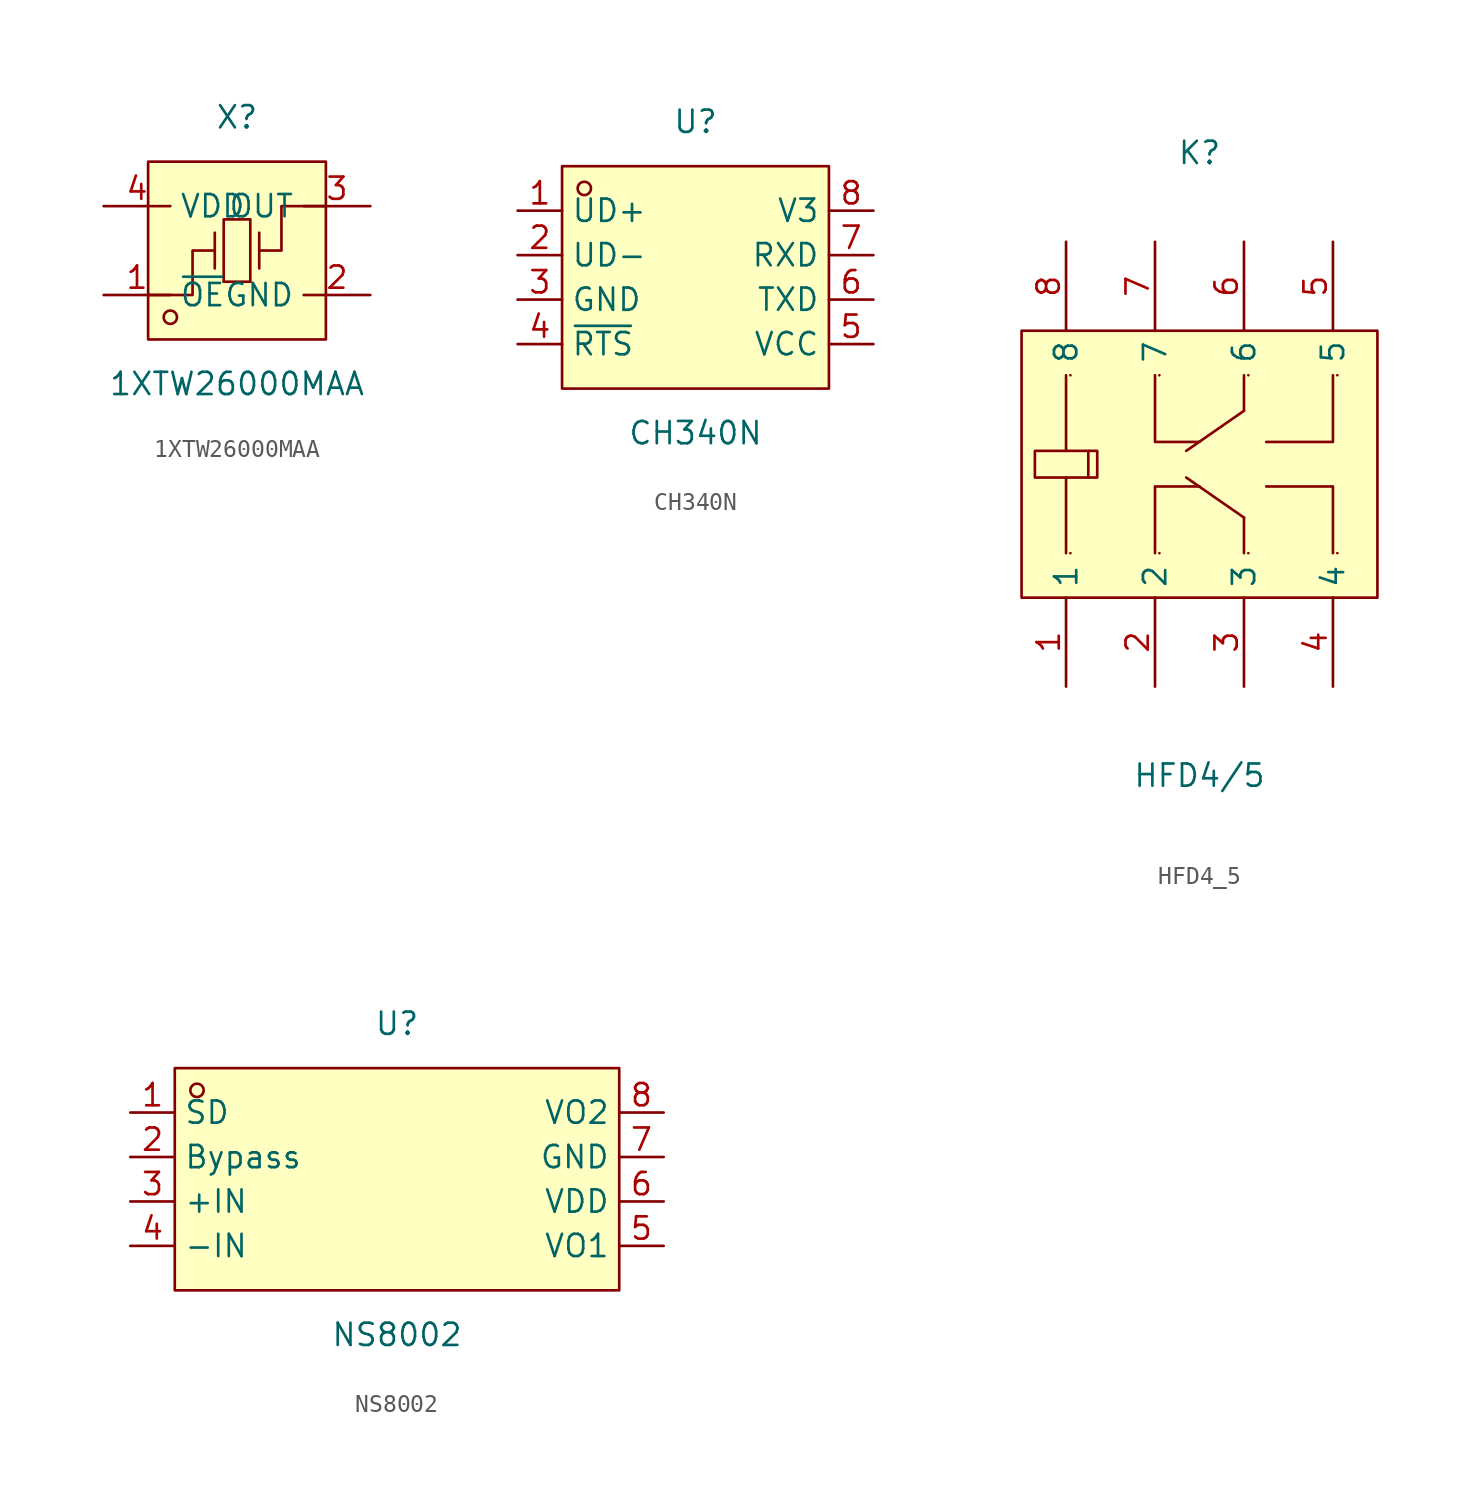
<source format=kicad_sym>
(kicad_symbol_lib
  (version 20211014)
  (generator https://github.com/uPesy/easyeda2kicad.py)
  (symbol "1XTW26000MAA"
    (property "Reference" "X"
      (at 0 7.62 0)
      (effects (font (size 1.27 1.27))))
    (property "Value" "1XTW26000MAA"
      (at 0 -7.62 0)
      (effects (font (size 1.27 1.27))))
    (symbol "1XTW26000MAA_0_1"
      (rectangle (start -5.08 5.08) (end 5.08 -5.08) (stroke (width 0) (type default) (color 0 0 0 0)) (fill (type background)))
      (circle (center -3.81 -3.81) (radius 0.38) (stroke (width 0) (type default) (color 0 0 0 0)) (fill (type none)))
      (polyline (pts (xy -1.27 -1.02) (xy -1.27 1.02)) (stroke (width 0) (type default) (color 0 0 0 0)) (fill (type none)))
      (polyline (pts (xy 0.76 -1.78) (xy -0.76 -1.78)) (stroke (width 0) (type default) (color 0 0 0 0)) (fill (type none)))
      (polyline (pts (xy 1.27 -1.02) (xy 1.27 1.02)) (stroke (width 0) (type default) (color 0 0 0 0)) (fill (type none)))
      (polyline (pts (xy -0.76 -1.78) (xy -0.76 1.78) (xy 0.76 1.78) (xy 0.76 -1.78)) (stroke (width 0) (type default) (color 0 0 0 0)) (fill (type none)))
      (polyline (pts (xy -5.08 -2.54) (xy -2.54 -2.54) (xy -2.54 -0.00) (xy -1.27 -0.00)) (stroke (width 0) (type default) (color 0 0 0 0)) (fill (type none)))
      (polyline (pts (xy 5.08 2.54) (xy 2.54 2.54) (xy 2.54 -0.00) (xy 1.27 -0.00)) (stroke (width 0) (type default) (color 0 0 0 0)) (fill (type none)))
      (pin input line (at -7.62 -2.54 0) (length 3.81) (name "~{OE}" (effects (font (size 1.27 1.27)))) (number "1" (effects (font (size 1.27 1.27)))))
      (pin input line (at 7.62 2.54 180) (length 3.81) (name "OUT" (effects (font (size 1.27 1.27)))) (number "3" (effects (font (size 1.27 1.27)))))
      (pin input line (at -7.62 2.54 0) (length 3.81) (name "VDD" (effects (font (size 1.27 1.27)))) (number "4" (effects (font (size 1.27 1.27)))))
      (pin input line (at 7.62 -2.54 180) (length 3.81) (name "GND" (effects (font (size 1.27 1.27)))) (number "2" (effects (font (size 1.27 1.27)))))))
  (symbol "CH340N"
    (property "Reference" "U"
      (at 0 8.89 0)
      (effects (font (size 1.27 1.27))))
    (property "Value" "CH340N"
      (at 0 -8.89 0)
      (effects (font (size 1.27 1.27))))
    (symbol "CH340N_0_1"
      (rectangle (start -7.62 6.35) (end 7.62 -6.35) (stroke (width 0) (type default) (color 0 0 0 0)) (fill (type background)))
      (circle (center -6.35 5.08) (radius 0.38) (stroke (width 0) (type default) (color 0 0 0 0)) (fill (type none)))
      (pin unspecified line (at -10.16 3.81 0) (length 2.54) (name "UD+" (effects (font (size 1.27 1.27)))) (number "1" (effects (font (size 1.27 1.27)))))
      (pin unspecified line (at -10.16 1.27 0) (length 2.54) (name "UD-" (effects (font (size 1.27 1.27)))) (number "2" (effects (font (size 1.27 1.27)))))
      (pin unspecified line (at -10.16 -1.27 0) (length 2.54) (name "GND" (effects (font (size 1.27 1.27)))) (number "3" (effects (font (size 1.27 1.27)))))
      (pin unspecified line (at -10.16 -3.81 0) (length 2.54) (name "~{RTS}" (effects (font (size 1.27 1.27)))) (number "4" (effects (font (size 1.27 1.27)))))
      (pin unspecified line (at 10.16 -3.81 180) (length 2.54) (name "VCC" (effects (font (size 1.27 1.27)))) (number "5" (effects (font (size 1.27 1.27)))))
      (pin unspecified line (at 10.16 -1.27 180) (length 2.54) (name "TXD" (effects (font (size 1.27 1.27)))) (number "6" (effects (font (size 1.27 1.27)))))
      (pin unspecified line (at 10.16 1.27 180) (length 2.54) (name "RXD" (effects (font (size 1.27 1.27)))) (number "7" (effects (font (size 1.27 1.27)))))
      (pin unspecified line (at 10.16 3.81 180) (length 2.54) (name "V3" (effects (font (size 1.27 1.27)))) (number "8" (effects (font (size 1.27 1.27)))))))
  (symbol "HFD4_5"
    (property "Reference" "K"
      (at 0 17.78 0)
      (effects (font (size 1.27 1.27))))
    (property "Value" "HFD4/5"
      (at 0 -17.78 0)
      (effects (font (size 1.27 1.27))))
    (symbol "HFD4_5_0_1"
      (rectangle (start -10.16 7.62) (end 10.16 -7.62) (stroke (width 0) (type default) (color 0 0 0 0)) (fill (type background)))
      (arc (start -7.37 5.08) (mid -7.37 5.09) (end -7.37 5.08) (stroke (width 0) (type default) (color 0 0 0 0)) (fill (type none)))
      (arc (start -7.37 -5.08) (mid -7.37 -5.07) (end -7.37 -5.08) (stroke (width 0) (type default) (color 0 0 0 0)) (fill (type none)))
      (arc (start -2.29 -5.08) (mid -2.29 -5.07) (end -2.29 -5.08) (stroke (width 0) (type default) (color 0 0 0 0)) (fill (type none)))
      (arc (start 2.79 -5.08) (mid 2.79 -5.07) (end 2.79 -5.08) (stroke (width 0) (type default) (color 0 0 0 0)) (fill (type none)))
      (arc (start 7.87 -5.08) (mid 7.87 -5.07) (end 7.87 -5.08) (stroke (width 0) (type default) (color 0 0 0 0)) (fill (type none)))
      (arc (start -2.29 5.08) (mid -2.29 5.09) (end -2.29 5.08) (stroke (width 0) (type default) (color 0 0 0 0)) (fill (type none)))
      (arc (start 2.79 5.08) (mid 2.79 5.09) (end 2.79 5.08) (stroke (width 0) (type default) (color 0 0 0 0)) (fill (type none)))
      (arc (start 7.87 5.08) (mid 7.87 5.09) (end 7.87 5.08) (stroke (width 0) (type default) (color 0 0 0 0)) (fill (type none)))
      (polyline (pts (xy -7.62 5.08) (xy -7.62 0.76)) (stroke (width 0) (type default) (color 0 0 0 0)) (fill (type none)))
      (polyline (pts (xy -7.62 -0.76) (xy -7.62 -5.08)) (stroke (width 0) (type default) (color 0 0 0 0)) (fill (type none)))
      (polyline (pts (xy -9.40 -0.76) (xy -9.40 0.76) (xy -6.35 0.76) (xy -6.35 -0.76) (xy -9.40 -0.76)) (stroke (width 0) (type default) (color 0 0 0 0)) (fill (type background)))
      (polyline (pts (xy -6.35 0.76) (xy -5.84 0.76) (xy -5.84 -0.76) (xy -6.35 -0.76)) (stroke (width 0) (type default) (color 0 0 0 0)) (fill (type none)))
      (polyline (pts (xy -2.54 5.08) (xy -2.54 1.27) (xy 0.00 1.27)) (stroke (width 0) (type default) (color 0 0 0 0)) (fill (type none)))
      (polyline (pts (xy 2.54 5.08) (xy 2.54 3.05)) (stroke (width 0) (type default) (color 0 0 0 0)) (fill (type none)))
      (polyline (pts (xy 3.81 1.27) (xy 7.62 1.27) (xy 7.62 5.08)) (stroke (width 0) (type default) (color 0 0 0 0)) (fill (type none)))
      (polyline (pts (xy 2.54 3.05) (xy -0.76 0.76)) (stroke (width 0) (type default) (color 0 0 0 0)) (fill (type none)))
      (polyline (pts (xy -2.54 -5.08) (xy -2.54 -1.27) (xy 0.00 -1.27)) (stroke (width 0) (type default) (color 0 0 0 0)) (fill (type none)))
      (polyline (pts (xy 2.54 -5.08) (xy 2.54 -3.05)) (stroke (width 0) (type default) (color 0 0 0 0)) (fill (type none)))
      (polyline (pts (xy 3.81 -1.27) (xy 7.62 -1.27) (xy 7.62 -5.08)) (stroke (width 0) (type default) (color 0 0 0 0)) (fill (type none)))
      (polyline (pts (xy 2.54 -3.05) (xy -0.76 -0.76)) (stroke (width 0) (type default) (color 0 0 0 0)) (fill (type none)))
      (pin input line (at -7.62 -12.70 90) (length 5.08) (name "1" (effects (font (size 1.27 1.27)))) (number "1" (effects (font (size 1.27 1.27)))))
      (pin input line (at 7.62 -12.70 90) (length 5.08) (name "4" (effects (font (size 1.27 1.27)))) (number "4" (effects (font (size 1.27 1.27)))))
      (pin input line (at -2.54 -12.70 90) (length 5.08) (name "2" (effects (font (size 1.27 1.27)))) (number "2" (effects (font (size 1.27 1.27)))))
      (pin input line (at 2.54 -12.70 90) (length 5.08) (name "3" (effects (font (size 1.27 1.27)))) (number "3" (effects (font (size 1.27 1.27)))))
      (pin input line (at 2.54 12.70 270) (length 5.08) (name "6" (effects (font (size 1.27 1.27)))) (number "6" (effects (font (size 1.27 1.27)))))
      (pin input line (at -2.54 12.70 270) (length 5.08) (name "7" (effects (font (size 1.27 1.27)))) (number "7" (effects (font (size 1.27 1.27)))))
      (pin input line (at -7.62 12.70 270) (length 5.08) (name "8" (effects (font (size 1.27 1.27)))) (number "8" (effects (font (size 1.27 1.27)))))
      (pin input line (at 7.62 12.70 270) (length 5.08) (name "5" (effects (font (size 1.27 1.27)))) (number "5" (effects (font (size 1.27 1.27)))))))
  (symbol "NS8002"
    (property "Reference" "U"
      (at 0 8.89 0)
      (effects (font (size 1.27 1.27))))
    (property "Value" "NS8002"
      (at 0 -8.89 0)
      (effects (font (size 1.27 1.27))))
    (symbol "NS8002_0_1"
      (rectangle (start -12.70 6.35) (end 12.70 -6.35) (stroke (width 0) (type default) (color 0 0 0 0)) (fill (type background)))
      (circle (center -11.43 5.08) (radius 0.38) (stroke (width 0) (type default) (color 0 0 0 0)) (fill (type none)))
      (pin unspecified line (at -15.24 3.81 0) (length 2.54) (name "SD" (effects (font (size 1.27 1.27)))) (number "1" (effects (font (size 1.27 1.27)))))
      (pin unspecified line (at -15.24 1.27 0) (length 2.54) (name "Bypass" (effects (font (size 1.27 1.27)))) (number "2" (effects (font (size 1.27 1.27)))))
      (pin unspecified line (at -15.24 -1.27 0) (length 2.54) (name "+IN" (effects (font (size 1.27 1.27)))) (number "3" (effects (font (size 1.27 1.27)))))
      (pin unspecified line (at -15.24 -3.81 0) (length 2.54) (name "-IN" (effects (font (size 1.27 1.27)))) (number "4" (effects (font (size 1.27 1.27)))))
      (pin unspecified line (at 15.24 -3.81 180) (length 2.54) (name "VO1" (effects (font (size 1.27 1.27)))) (number "5" (effects (font (size 1.27 1.27)))))
      (pin unspecified line (at 15.24 -1.27 180) (length 2.54) (name "VDD" (effects (font (size 1.27 1.27)))) (number "6" (effects (font (size 1.27 1.27)))))
      (pin unspecified line (at 15.24 1.27 180) (length 2.54) (name "GND" (effects (font (size 1.27 1.27)))) (number "7" (effects (font (size 1.27 1.27)))))
      (pin unspecified line (at 15.24 3.81 180) (length 2.54) (name "VO2" (effects (font (size 1.27 1.27)))) (number "8" (effects (font (size 1.27 1.27))))))))
</source>
